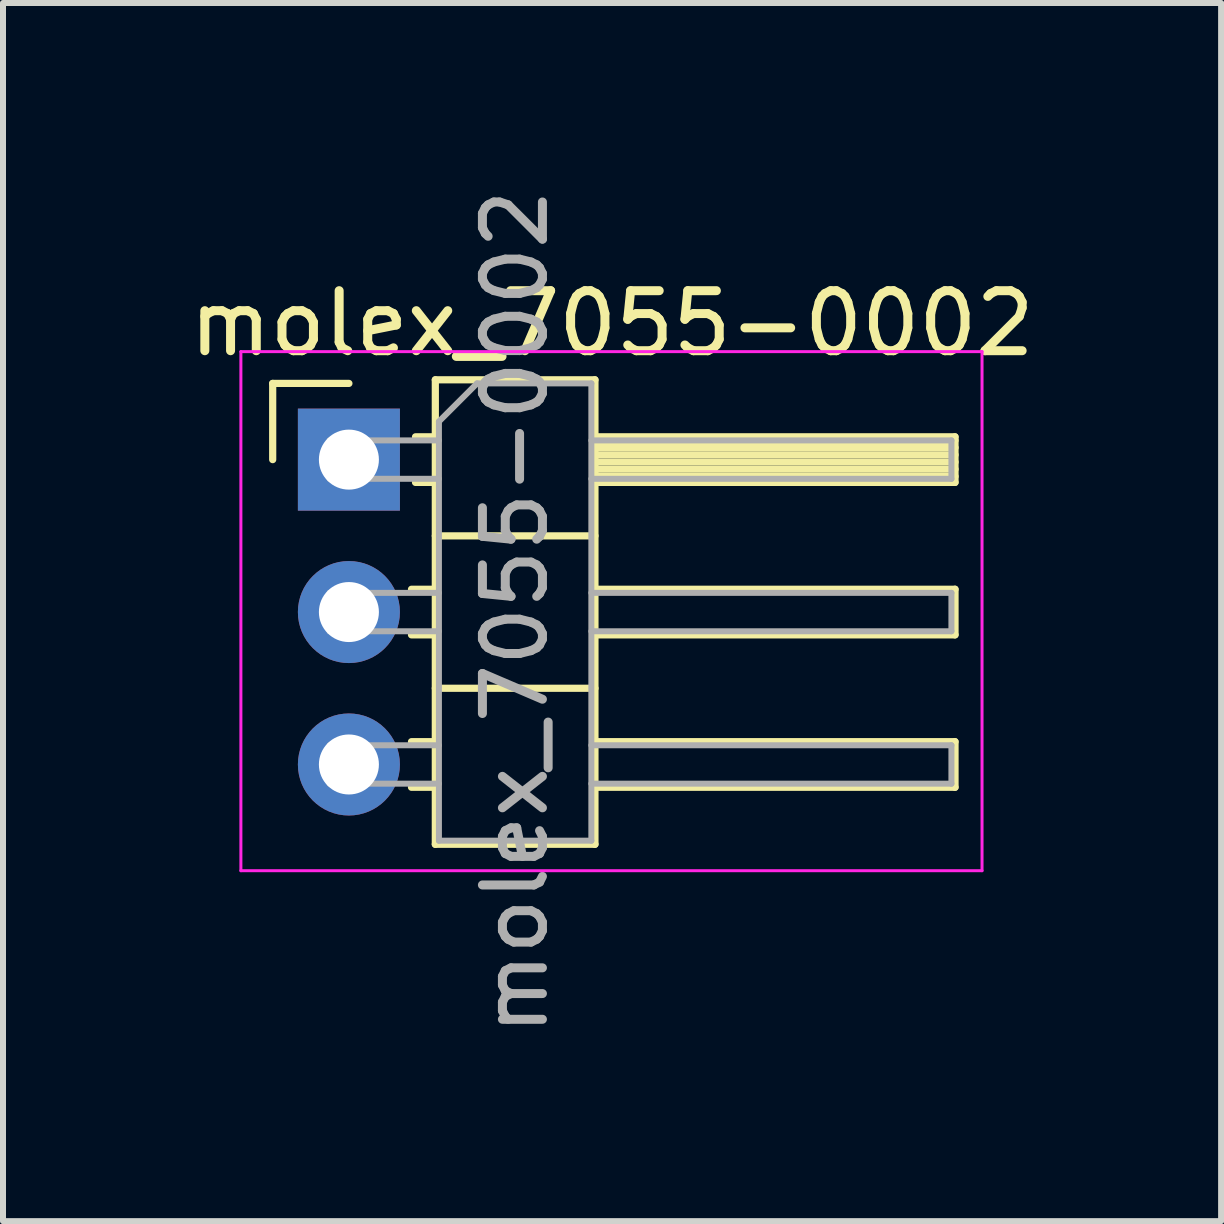
<source format=kicad_pcb>
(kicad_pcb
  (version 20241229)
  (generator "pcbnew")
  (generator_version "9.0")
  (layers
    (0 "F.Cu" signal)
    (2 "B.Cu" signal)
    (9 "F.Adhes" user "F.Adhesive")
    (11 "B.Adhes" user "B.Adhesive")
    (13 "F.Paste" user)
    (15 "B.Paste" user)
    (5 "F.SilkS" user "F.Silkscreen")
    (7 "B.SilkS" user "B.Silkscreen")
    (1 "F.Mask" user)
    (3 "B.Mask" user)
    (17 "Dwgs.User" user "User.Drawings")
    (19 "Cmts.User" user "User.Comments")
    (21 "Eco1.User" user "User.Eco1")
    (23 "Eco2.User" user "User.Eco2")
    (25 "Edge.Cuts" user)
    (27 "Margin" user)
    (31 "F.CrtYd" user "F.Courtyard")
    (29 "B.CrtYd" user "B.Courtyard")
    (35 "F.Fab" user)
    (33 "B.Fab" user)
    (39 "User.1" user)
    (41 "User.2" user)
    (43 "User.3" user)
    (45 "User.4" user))
  (footprint "molex_7055-0002"
    (layer "F.Cu")
    (at 2.764 4.609)
    (property "Reference" "molex_7055-0002" (at 4.385 -2.27 0) (layer "F.SilkS") (effects (font (size 1 1) (thickness 0.15))))
    (attr through_hole)
    (fp_line (start -1.27 -1.27) (end 0 -1.27) (stroke (width 0.12) (type solid)) (layer "F.SilkS"))
    (fp_line (start -1.27 0) (end -1.27 -1.27) (stroke (width 0.12) (type solid)) (layer "F.SilkS"))
    (fp_line (start 1.043 2.16) (end 1.44 2.16) (stroke (width 0.12) (type solid)) (layer "F.SilkS"))
    (fp_line (start 1.043 2.92) (end 1.44 2.92) (stroke (width 0.12) (type solid)) (layer "F.SilkS"))
    (fp_line (start 1.043 4.7) (end 1.44 4.7) (stroke (width 0.12) (type solid)) (layer "F.SilkS"))
    (fp_line (start 1.043 5.46) (end 1.44 5.46) (stroke (width 0.12) (type solid)) (layer "F.SilkS"))
    (fp_line (start 1.11 -0.38) (end 1.44 -0.38) (stroke (width 0.12) (type solid)) (layer "F.SilkS"))
    (fp_line (start 1.11 0.38) (end 1.44 0.38) (stroke (width 0.12) (type solid)) (layer "F.SilkS"))
    (fp_line (start 1.44 -1.33) (end 1.44 6.41) (stroke (width 0.12) (type solid)) (layer "F.SilkS"))
    (fp_line (start 1.44 1.27) (end 4.1 1.27) (stroke (width 0.12) (type solid)) (layer "F.SilkS"))
    (fp_line (start 1.44 3.81) (end 4.1 3.81) (stroke (width 0.12) (type solid)) (layer "F.SilkS"))
    (fp_line (start 1.44 6.41) (end 4.1 6.41) (stroke (width 0.12) (type solid)) (layer "F.SilkS"))
    (fp_line (start 4.1 -1.33) (end 1.44 -1.33) (stroke (width 0.12) (type solid)) (layer "F.SilkS"))
    (fp_line (start 4.1 -0.38) (end 10.1 -0.38) (stroke (width 0.12) (type solid)) (layer "F.SilkS"))
    (fp_line (start 4.1 -0.32) (end 10.1 -0.32) (stroke (width 0.12) (type solid)) (layer "F.SilkS"))
    (fp_line (start 4.1 -0.2) (end 10.1 -0.2) (stroke (width 0.12) (type solid)) (layer "F.SilkS"))
    (fp_line (start 4.1 -0.08) (end 10.1 -0.08) (stroke (width 0.12) (type solid)) (layer "F.SilkS"))
    (fp_line (start 4.1 0.04) (end 10.1 0.04) (stroke (width 0.12) (type solid)) (layer "F.SilkS"))
    (fp_line (start 4.1 0.16) (end 10.1 0.16) (stroke (width 0.12) (type solid)) (layer "F.SilkS"))
    (fp_line (start 4.1 0.28) (end 10.1 0.28) (stroke (width 0.12) (type solid)) (layer "F.SilkS"))
    (fp_line (start 4.1 2.16) (end 10.1 2.16) (stroke (width 0.12) (type solid)) (layer "F.SilkS"))
    (fp_line (start 4.1 4.7) (end 10.1 4.7) (stroke (width 0.12) (type solid)) (layer "F.SilkS"))
    (fp_line (start 4.1 6.41) (end 4.1 -1.33) (stroke (width 0.12) (type solid)) (layer "F.SilkS"))
    (fp_line (start 10.1 -0.38) (end 10.1 0.38) (stroke (width 0.12) (type solid)) (layer "F.SilkS"))
    (fp_line (start 10.1 0.38) (end 4.1 0.38) (stroke (width 0.12) (type solid)) (layer "F.SilkS"))
    (fp_line (start 10.1 2.16) (end 10.1 2.92) (stroke (width 0.12) (type solid)) (layer "F.SilkS"))
    (fp_line (start 10.1 2.92) (end 4.1 2.92) (stroke (width 0.12) (type solid)) (layer "F.SilkS"))
    (fp_line (start 10.1 4.7) (end 10.1 5.46) (stroke (width 0.12) (type solid)) (layer "F.SilkS"))
    (fp_line (start 10.1 5.46) (end 4.1 5.46) (stroke (width 0.12) (type solid)) (layer "F.SilkS"))
    (fp_line (start -1.8 -1.8) (end -1.8 6.85) (stroke (width 0.05) (type solid)) (layer "F.CrtYd"))
    (fp_line (start -1.8 6.85) (end 10.55 6.85) (stroke (width 0.05) (type solid)) (layer "F.CrtYd"))
    (fp_line (start 10.55 -1.8) (end -1.8 -1.8) (stroke (width 0.05) (type solid)) (layer "F.CrtYd"))
    (fp_line (start 10.55 6.85) (end 10.55 -1.8) (stroke (width 0.05) (type solid)) (layer "F.CrtYd"))
    (fp_line (start -0.32 -0.32) (end -0.32 0.32) (stroke (width 0.1) (type solid)) (layer "F.Fab"))
    (fp_line (start -0.32 -0.32) (end 1.5 -0.32) (stroke (width 0.1) (type solid)) (layer "F.Fab"))
    (fp_line (start -0.32 0.32) (end 1.5 0.32) (stroke (width 0.1) (type solid)) (layer "F.Fab"))
    (fp_line (start -0.32 2.22) (end -0.32 2.86) (stroke (width 0.1) (type solid)) (layer "F.Fab"))
    (fp_line (start -0.32 2.22) (end 1.5 2.22) (stroke (width 0.1) (type solid)) (layer "F.Fab"))
    (fp_line (start -0.32 2.86) (end 1.5 2.86) (stroke (width 0.1) (type solid)) (layer "F.Fab"))
    (fp_line (start -0.32 4.76) (end -0.32 5.4) (stroke (width 0.1) (type solid)) (layer "F.Fab"))
    (fp_line (start -0.32 4.76) (end 1.5 4.76) (stroke (width 0.1) (type solid)) (layer "F.Fab"))
    (fp_line (start -0.32 5.4) (end 1.5 5.4) (stroke (width 0.1) (type solid)) (layer "F.Fab"))
    (fp_line (start 1.5 -0.635) (end 2.135 -1.27) (stroke (width 0.1) (type solid)) (layer "F.Fab"))
    (fp_line (start 1.5 6.35) (end 1.5 -0.635) (stroke (width 0.1) (type solid)) (layer "F.Fab"))
    (fp_line (start 2.135 -1.27) (end 4.04 -1.27) (stroke (width 0.1) (type solid)) (layer "F.Fab"))
    (fp_line (start 4.04 -1.27) (end 4.04 6.35) (stroke (width 0.1) (type solid)) (layer "F.Fab"))
    (fp_line (start 4.04 -0.32) (end 10.04 -0.32) (stroke (width 0.1) (type solid)) (layer "F.Fab"))
    (fp_line (start 4.04 0.32) (end 10.04 0.32) (stroke (width 0.1) (type solid)) (layer "F.Fab"))
    (fp_line (start 4.04 2.22) (end 10.04 2.22) (stroke (width 0.1) (type solid)) (layer "F.Fab"))
    (fp_line (start 4.04 2.86) (end 10.04 2.86) (stroke (width 0.1) (type solid)) (layer "F.Fab"))
    (fp_line (start 4.04 4.76) (end 10.04 4.76) (stroke (width 0.1) (type solid)) (layer "F.Fab"))
    (fp_line (start 4.04 5.4) (end 10.04 5.4) (stroke (width 0.1) (type solid)) (layer "F.Fab"))
    (fp_line (start 4.04 6.35) (end 1.5 6.35) (stroke (width 0.1) (type solid)) (layer "F.Fab"))
    (fp_line (start 10.04 -0.32) (end 10.04 0.32) (stroke (width 0.1) (type solid)) (layer "F.Fab"))
    (fp_line (start 10.04 2.22) (end 10.04 2.86) (stroke (width 0.1) (type solid)) (layer "F.Fab"))
    (fp_line (start 10.04 4.76) (end 10.04 5.4) (stroke (width 0.1) (type solid)) (layer "F.Fab"))
    (fp_text user "${REFERENCE}" (at 2.77 2.54 270) (layer "F.Fab") (effects (font (size 1 1) (thickness 0.15))))
    (pad "1" thru_hole rect (at 0 0) (size 1.7 1.7) (drill 1) (layers "*.Cu" "*.Mask"))
    (pad "2" thru_hole oval (at 0 2.54) (size 1.7 1.7) (drill 1) (layers "*.Cu" "*.Mask"))
    (pad "3" thru_hole oval (at 0 5.08) (size 1.7 1.7) (drill 1) (layers "*.Cu" "*.Mask")))
  (gr_rect
    (start -3 -3)
    (end 17.298 17.298)
    (stroke (width 0.1) (type default))
    (fill no)
    (layer "Edge.Cuts")))
</source>
